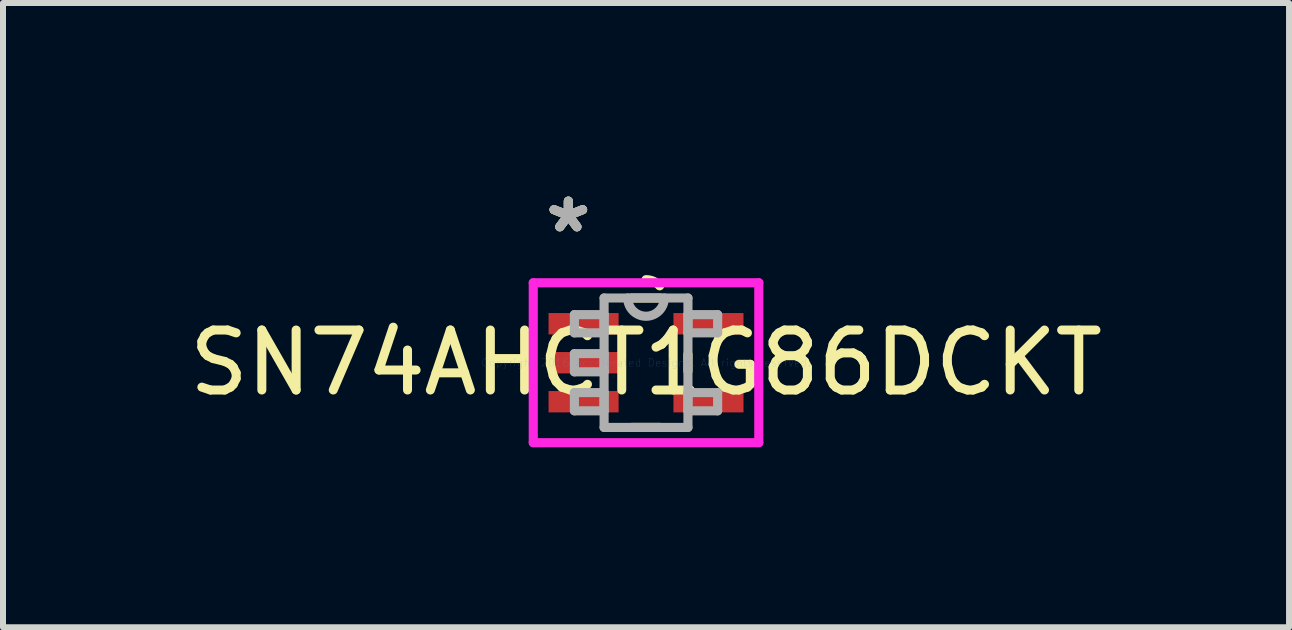
<source format=kicad_pcb>
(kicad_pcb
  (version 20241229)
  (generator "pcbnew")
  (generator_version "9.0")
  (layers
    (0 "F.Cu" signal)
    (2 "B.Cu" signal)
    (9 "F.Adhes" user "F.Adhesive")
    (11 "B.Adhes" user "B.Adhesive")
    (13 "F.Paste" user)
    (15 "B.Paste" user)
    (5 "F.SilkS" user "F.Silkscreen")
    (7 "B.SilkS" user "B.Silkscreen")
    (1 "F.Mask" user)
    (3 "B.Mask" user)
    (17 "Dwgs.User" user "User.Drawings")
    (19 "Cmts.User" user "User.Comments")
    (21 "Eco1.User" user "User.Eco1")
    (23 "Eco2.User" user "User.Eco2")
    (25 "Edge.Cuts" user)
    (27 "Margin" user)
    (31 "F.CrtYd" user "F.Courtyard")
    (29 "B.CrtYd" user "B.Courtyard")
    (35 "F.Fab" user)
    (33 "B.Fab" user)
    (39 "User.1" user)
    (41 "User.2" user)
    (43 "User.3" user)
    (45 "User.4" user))
  (footprint "SN74AHCT1G86DCKT"
    (layer "F.Cu")
    (at 7.72 2.997)
    (property "Reference" "SN74AHCT1G86DCKT" (at 0 0 0) (layer "F.SilkS") (effects (font (size 1 1) (thickness 0.15))))
    (attr through_hole)
    (fp_line (start -0.24 1.079) (end 0.24 1.079) (stroke (width 0.152) (type solid)) (layer "F.SilkS"))
    (fp_line (start 0.24 -1.079) (end -0.24 -1.079) (stroke (width 0.152) (type solid)) (layer "F.SilkS"))
    (fp_line (start 0.699 0.139) (end 0.699 -0.139) (stroke (width 0.152) (type solid)) (layer "F.SilkS"))
    (fp_arc (start 0 -1.3843) (mid 0.12446 -1.357732) (end 0.227222 -1.282658) (stroke (width 0.1524) (type solid)) (layer "F.SilkS"))
    (fp_line (start -1.88 -1.333) (end 1.88 -1.333) (stroke (width 0.152) (type solid)) (layer "F.CrtYd"))
    (fp_line (start -1.88 1.333) (end -1.88 -1.333) (stroke (width 0.152) (type solid)) (layer "F.CrtYd"))
    (fp_line (start 1.88 -1.333) (end 1.88 1.333) (stroke (width 0.152) (type solid)) (layer "F.CrtYd"))
    (fp_line (start 1.88 1.333) (end -1.88 1.333) (stroke (width 0.152) (type solid)) (layer "F.CrtYd"))
    (fp_line (start -1.194 -0.802) (end -1.194 -0.498) (stroke (width 0.152) (type solid)) (layer "F.Fab"))
    (fp_line (start -1.194 -0.498) (end -0.699 -0.498) (stroke (width 0.152) (type solid)) (layer "F.Fab"))
    (fp_line (start -1.194 -0.152) (end -1.194 0.152) (stroke (width 0.152) (type solid)) (layer "F.Fab"))
    (fp_line (start -1.194 0.152) (end -0.699 0.152) (stroke (width 0.152) (type solid)) (layer "F.Fab"))
    (fp_line (start -1.194 0.498) (end -1.194 0.802) (stroke (width 0.152) (type solid)) (layer "F.Fab"))
    (fp_line (start -1.194 0.802) (end -0.699 0.802) (stroke (width 0.152) (type solid)) (layer "F.Fab"))
    (fp_line (start -0.699 -1.079) (end -0.699 1.079) (stroke (width 0.152) (type solid)) (layer "F.Fab"))
    (fp_line (start -0.699 -0.802) (end -1.194 -0.802) (stroke (width 0.152) (type solid)) (layer "F.Fab"))
    (fp_line (start -0.699 -0.498) (end -0.699 -0.802) (stroke (width 0.152) (type solid)) (layer "F.Fab"))
    (fp_line (start -0.699 -0.152) (end -1.194 -0.152) (stroke (width 0.152) (type solid)) (layer "F.Fab"))
    (fp_line (start -0.699 0.152) (end -0.699 -0.152) (stroke (width 0.152) (type solid)) (layer "F.Fab"))
    (fp_line (start -0.699 0.498) (end -1.194 0.498) (stroke (width 0.152) (type solid)) (layer "F.Fab"))
    (fp_line (start -0.699 0.802) (end -0.699 0.498) (stroke (width 0.152) (type solid)) (layer "F.Fab"))
    (fp_line (start -0.699 1.079) (end 0.699 1.079) (stroke (width 0.152) (type solid)) (layer "F.Fab"))
    (fp_line (start 0.699 -1.079) (end -0.699 -1.079) (stroke (width 0.152) (type solid)) (layer "F.Fab"))
    (fp_line (start 0.699 -0.802) (end 0.699 -0.498) (stroke (width 0.152) (type solid)) (layer "F.Fab"))
    (fp_line (start 0.699 -0.498) (end 1.194 -0.498) (stroke (width 0.152) (type solid)) (layer "F.Fab"))
    (fp_line (start 0.699 0.498) (end 0.699 0.802) (stroke (width 0.152) (type solid)) (layer "F.Fab"))
    (fp_line (start 0.699 0.802) (end 1.194 0.802) (stroke (width 0.152) (type solid)) (layer "F.Fab"))
    (fp_line (start 0.699 1.079) (end 0.699 -1.079) (stroke (width 0.152) (type solid)) (layer "F.Fab"))
    (fp_line (start 1.194 -0.802) (end 0.699 -0.802) (stroke (width 0.152) (type solid)) (layer "F.Fab"))
    (fp_line (start 1.194 -0.498) (end 1.194 -0.802) (stroke (width 0.152) (type solid)) (layer "F.Fab"))
    (fp_line (start 1.194 0.498) (end 0.699 0.498) (stroke (width 0.152) (type solid)) (layer "F.Fab"))
    (fp_line (start 1.194 0.802) (end 1.194 0.498) (stroke (width 0.152) (type solid)) (layer "F.Fab"))
    (fp_arc (start 0.3048 -1.0795) (mid 0 -0.7747) (end -0.3048 -1.0795) (stroke (width 0.1524) (type solid)) (layer "F.Fab"))
    (fp_text user "*" (at -1.295 -2.149 0) (layer "F.SilkS") (effects (font (size 1 1) (thickness 0.15))))
    (fp_text user "*" (at -1.295 -2.149 0) (layer "F.SilkS") (effects (font (size 1 1) (thickness 0.15))))
    (fp_text user "Copyright 2016 Accelerated Designs. All rights reserved." (at 0 0 0) (layer "Cmts.User") (effects (font (size 0.127 0.127) (thickness 0.002))))
    (fp_text user "*" (at -1.295 -2.149 0) (layer "F.Fab") (effects (font (size 1 1) (thickness 0.15))))
    (fp_text user "*" (at -1.295 -2.149 0) (layer "F.Fab") (effects (font (size 1 1) (thickness 0.15))))
    (pad "1" smd rect (at -1.041 -0.65) (size 1.168 0.356) (layers "F.Cu" "F.Mask" "F.Paste"))
    (pad "2" smd rect (at -1.041 0) (size 1.168 0.356) (layers "F.Cu" "F.Mask" "F.Paste"))
    (pad "3" smd rect (at -1.041 0.65) (size 1.168 0.356) (layers "F.Cu" "F.Mask" "F.Paste"))
    (pad "4" smd rect (at 1.041 0.65) (size 1.168 0.356) (layers "F.Cu" "F.Mask" "F.Paste"))
    (pad "5" smd rect (at 1.041 -0.65) (size 1.168 0.356) (layers "F.Cu" "F.Mask" "F.Paste")))
  (gr_rect
    (start -3 -3)
    (end 18.44 7.407)
    (stroke (width 0.1) (type default))
    (fill no)
    (layer "Edge.Cuts")))
</source>
